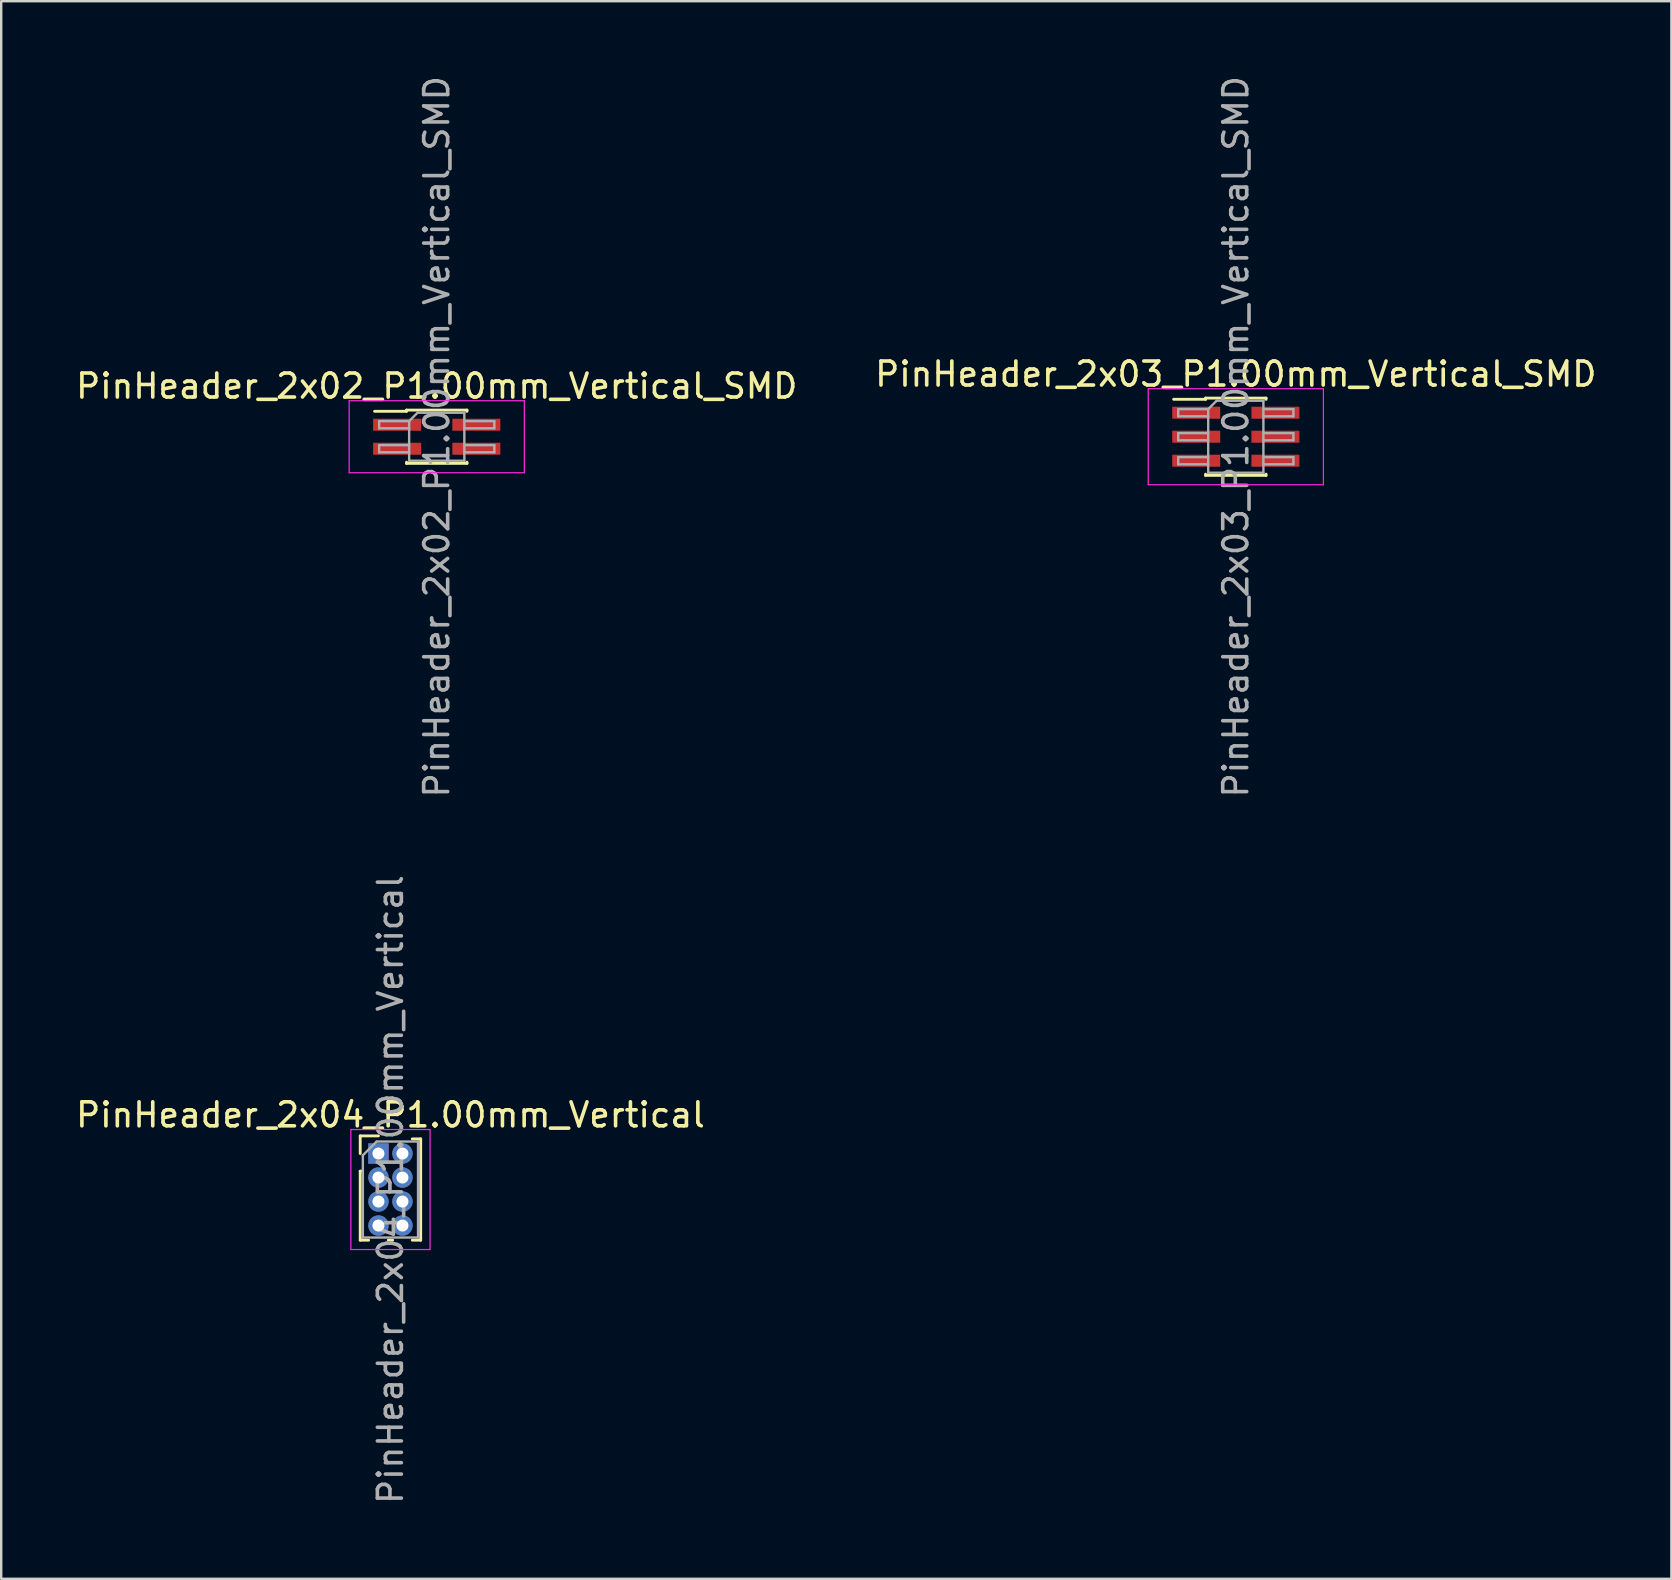
<source format=kicad_pcb>
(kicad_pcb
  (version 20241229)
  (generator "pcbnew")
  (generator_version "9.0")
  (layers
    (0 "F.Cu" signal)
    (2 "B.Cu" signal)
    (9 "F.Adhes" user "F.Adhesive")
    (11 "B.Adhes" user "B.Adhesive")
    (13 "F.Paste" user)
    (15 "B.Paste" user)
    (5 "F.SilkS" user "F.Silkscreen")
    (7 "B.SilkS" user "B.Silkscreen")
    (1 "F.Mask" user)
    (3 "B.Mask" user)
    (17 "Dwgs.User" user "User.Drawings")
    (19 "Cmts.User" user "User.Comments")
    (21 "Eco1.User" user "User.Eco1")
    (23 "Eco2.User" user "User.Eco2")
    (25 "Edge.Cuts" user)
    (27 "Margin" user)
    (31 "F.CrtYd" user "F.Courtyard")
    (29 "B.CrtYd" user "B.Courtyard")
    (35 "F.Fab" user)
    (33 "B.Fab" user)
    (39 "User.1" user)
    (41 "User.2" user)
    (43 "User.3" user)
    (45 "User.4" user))
  (footprint "PinHeader_2x04_P1.00mm_Vertical"
    (layer "F.Cu")
    (at 12.72 45.018)
    (property "Reference" "PinHeader_2x04_P1.00mm_Vertical" (at 0.5 -1.61 0) (layer "F.SilkS") (effects (font (size 1 1) (thickness 0.15))))
    (attr through_hole)
    (fp_line (start -0.76 -0.735) (end 0 -0.735) (stroke (width 0.12) (type solid)) (layer "F.SilkS"))
    (fp_line (start -0.76 0) (end -0.76 -0.735) (stroke (width 0.12) (type solid)) (layer "F.SilkS"))
    (fp_line (start -0.76 0.735) (end -0.76 3.61) (stroke (width 0.12) (type solid)) (layer "F.SilkS"))
    (fp_line (start -0.76 0.735) (end -0.686 0.735) (stroke (width 0.12) (type solid)) (layer "F.SilkS"))
    (fp_line (start -0.76 3.61) (end -0.41 3.61) (stroke (width 0.12) (type solid)) (layer "F.SilkS"))
    (fp_line (start 0.41 3.61) (end 0.59 3.61) (stroke (width 0.12) (type solid)) (layer "F.SilkS"))
    (fp_line (start 1.41 -0.61) (end 1.76 -0.61) (stroke (width 0.12) (type solid)) (layer "F.SilkS"))
    (fp_line (start 1.41 3.61) (end 1.76 3.61) (stroke (width 0.12) (type solid)) (layer "F.SilkS"))
    (fp_line (start 1.76 -0.61) (end 1.76 3.61) (stroke (width 0.12) (type solid)) (layer "F.SilkS"))
    (fp_line (start -1.15 -1) (end -1.15 4) (stroke (width 0.05) (type solid)) (layer "F.CrtYd"))
    (fp_line (start -1.15 4) (end 2.15 4) (stroke (width 0.05) (type solid)) (layer "F.CrtYd"))
    (fp_line (start 2.15 -1) (end -1.15 -1) (stroke (width 0.05) (type solid)) (layer "F.CrtYd"))
    (fp_line (start 2.15 4) (end 2.15 -1) (stroke (width 0.05) (type solid)) (layer "F.CrtYd"))
    (fp_line (start -0.65 0.075) (end -0.075 -0.5) (stroke (width 0.1) (type solid)) (layer "F.Fab"))
    (fp_line (start -0.65 3.5) (end -0.65 0.075) (stroke (width 0.1) (type solid)) (layer "F.Fab"))
    (fp_line (start -0.075 -0.5) (end 1.65 -0.5) (stroke (width 0.1) (type solid)) (layer "F.Fab"))
    (fp_line (start 1.65 -0.5) (end 1.65 3.5) (stroke (width 0.1) (type solid)) (layer "F.Fab"))
    (fp_line (start 1.65 3.5) (end -0.65 3.5) (stroke (width 0.1) (type solid)) (layer "F.Fab"))
    (fp_text user "${REFERENCE}" (at 0.5 1.5 90) (layer "F.Fab") (effects (font (size 1 1) (thickness 0.15))))
    (pad "1" thru_hole rect (at 0 0) (size 0.85 0.85) (drill 0.5) (layers "*.Cu" "*.Mask"))
    (pad "2" thru_hole circle (at 1 0) (size 0.85 0.85) (drill 0.5) (layers "*.Cu" "*.Mask"))
    (pad "3" thru_hole circle (at 0 1) (size 0.85 0.85) (drill 0.5) (layers "*.Cu" "*.Mask"))
    (pad "4" thru_hole circle (at 1 1) (size 0.85 0.85) (drill 0.5) (layers "*.Cu" "*.Mask"))
    (pad "5" thru_hole circle (at 0 2) (size 0.85 0.85) (drill 0.5) (layers "*.Cu" "*.Mask"))
    (pad "6" thru_hole circle (at 1 2) (size 0.85 0.85) (drill 0.5) (layers "*.Cu" "*.Mask"))
    (pad "7" thru_hole circle (at 0 3) (size 0.85 0.85) (drill 0.5) (layers "*.Cu" "*.Mask"))
    (pad "8" thru_hole circle (at 1 3) (size 0.85 0.85) (drill 0.5) (layers "*.Cu" "*.Mask")))
  (footprint "PinHeader_2x03_P1.00mm_Vertical_SMD"
    (layer "F.Cu")
    (at 48.446 15.149)
    (property "Reference" "PinHeader_2x03_P1.00mm_Vertical_SMD" (at 0 -2.61 0) (layer "F.SilkS") (effects (font (size 1 1) (thickness 0.15))))
    (attr smd)
    (fp_line (start -2.59 -1.56) (end -1.26 -1.56) (stroke (width 0.12) (type solid)) (layer "F.SilkS"))
    (fp_line (start -1.26 -1.61) (end -1.26 -1.56) (stroke (width 0.12) (type solid)) (layer "F.SilkS"))
    (fp_line (start -1.26 -1.61) (end 1.26 -1.61) (stroke (width 0.12) (type solid)) (layer "F.SilkS"))
    (fp_line (start -1.26 1.56) (end -1.26 1.61) (stroke (width 0.12) (type solid)) (layer "F.SilkS"))
    (fp_line (start -1.26 1.61) (end 1.26 1.61) (stroke (width 0.12) (type solid)) (layer "F.SilkS"))
    (fp_line (start 1.26 -1.61) (end 1.26 -1.56) (stroke (width 0.12) (type solid)) (layer "F.SilkS"))
    (fp_line (start 1.26 1.56) (end 1.26 1.61) (stroke (width 0.12) (type solid)) (layer "F.SilkS"))
    (fp_line (start -3.65 -2) (end -3.65 2) (stroke (width 0.05) (type solid)) (layer "F.CrtYd"))
    (fp_line (start -3.65 2) (end 3.65 2) (stroke (width 0.05) (type solid)) (layer "F.CrtYd"))
    (fp_line (start 3.65 -2) (end -3.65 -2) (stroke (width 0.05) (type solid)) (layer "F.CrtYd"))
    (fp_line (start 3.65 2) (end 3.65 -2) (stroke (width 0.05) (type solid)) (layer "F.CrtYd"))
    (fp_line (start -2.4 -1.15) (end -2.4 -0.85) (stroke (width 0.1) (type solid)) (layer "F.Fab"))
    (fp_line (start -2.4 -0.85) (end -1.15 -0.85) (stroke (width 0.1) (type solid)) (layer "F.Fab"))
    (fp_line (start -2.4 -0.15) (end -2.4 0.15) (stroke (width 0.1) (type solid)) (layer "F.Fab"))
    (fp_line (start -2.4 0.15) (end -1.15 0.15) (stroke (width 0.1) (type solid)) (layer "F.Fab"))
    (fp_line (start -2.4 0.85) (end -2.4 1.15) (stroke (width 0.1) (type solid)) (layer "F.Fab"))
    (fp_line (start -2.4 1.15) (end -1.15 1.15) (stroke (width 0.1) (type solid)) (layer "F.Fab"))
    (fp_line (start -1.15 -1.15) (end -2.4 -1.15) (stroke (width 0.1) (type solid)) (layer "F.Fab"))
    (fp_line (start -1.15 -1.15) (end -0.8 -1.5) (stroke (width 0.1) (type solid)) (layer "F.Fab"))
    (fp_line (start -1.15 -0.15) (end -2.4 -0.15) (stroke (width 0.1) (type solid)) (layer "F.Fab"))
    (fp_line (start -1.15 0.85) (end -2.4 0.85) (stroke (width 0.1) (type solid)) (layer "F.Fab"))
    (fp_line (start -1.15 1.5) (end -1.15 -1.15) (stroke (width 0.1) (type solid)) (layer "F.Fab"))
    (fp_line (start -0.8 -1.5) (end 1.15 -1.5) (stroke (width 0.1) (type solid)) (layer "F.Fab"))
    (fp_line (start 1.15 -1.5) (end 1.15 1.5) (stroke (width 0.1) (type solid)) (layer "F.Fab"))
    (fp_line (start 1.15 -1.15) (end 2.4 -1.15) (stroke (width 0.1) (type solid)) (layer "F.Fab"))
    (fp_line (start 1.15 -0.15) (end 2.4 -0.15) (stroke (width 0.1) (type solid)) (layer "F.Fab"))
    (fp_line (start 1.15 0.85) (end 2.4 0.85) (stroke (width 0.1) (type solid)) (layer "F.Fab"))
    (fp_line (start 1.15 1.5) (end -1.15 1.5) (stroke (width 0.1) (type solid)) (layer "F.Fab"))
    (fp_line (start 2.4 -1.15) (end 2.4 -0.85) (stroke (width 0.1) (type solid)) (layer "F.Fab"))
    (fp_line (start 2.4 -0.85) (end 1.15 -0.85) (stroke (width 0.1) (type solid)) (layer "F.Fab"))
    (fp_line (start 2.4 -0.15) (end 2.4 0.15) (stroke (width 0.1) (type solid)) (layer "F.Fab"))
    (fp_line (start 2.4 0.15) (end 1.15 0.15) (stroke (width 0.1) (type solid)) (layer "F.Fab"))
    (fp_line (start 2.4 0.85) (end 2.4 1.15) (stroke (width 0.1) (type solid)) (layer "F.Fab"))
    (fp_line (start 2.4 1.15) (end 1.15 1.15) (stroke (width 0.1) (type solid)) (layer "F.Fab"))
    (fp_text user "${REFERENCE}" (at 0 0 90) (layer "F.Fab") (effects (font (size 1 1) (thickness 0.15))))
    (pad "1" smd rect (at -1.65 -1) (size 2 0.5) (layers "F.Cu" "F.Mask" "F.Paste"))
    (pad "2" smd rect (at 1.65 -1) (size 2 0.5) (layers "F.Cu" "F.Mask" "F.Paste"))
    (pad "3" smd rect (at -1.65 0) (size 2 0.5) (layers "F.Cu" "F.Mask" "F.Paste"))
    (pad "4" smd rect (at 1.65 0) (size 2 0.5) (layers "F.Cu" "F.Mask" "F.Paste"))
    (pad "5" smd rect (at -1.65 1) (size 2 0.5) (layers "F.Cu" "F.Mask" "F.Paste"))
    (pad "6" smd rect (at 1.65 1) (size 2 0.5) (layers "F.Cu" "F.Mask" "F.Paste")))
  (footprint "PinHeader_2x02_P1.00mm_Vertical_SMD"
    (layer "F.Cu")
    (at 15.149 15.149)
    (property "Reference" "PinHeader_2x02_P1.00mm_Vertical_SMD" (at 0 -2.11 0) (layer "F.SilkS") (effects (font (size 1 1) (thickness 0.15))))
    (attr smd)
    (fp_line (start -2.59 -1.06) (end -1.26 -1.06) (stroke (width 0.12) (type solid)) (layer "F.SilkS"))
    (fp_line (start -1.26 -1.11) (end -1.26 -1.06) (stroke (width 0.12) (type solid)) (layer "F.SilkS"))
    (fp_line (start -1.26 -1.11) (end 1.26 -1.11) (stroke (width 0.12) (type solid)) (layer "F.SilkS"))
    (fp_line (start -1.26 1.06) (end -1.26 1.11) (stroke (width 0.12) (type solid)) (layer "F.SilkS"))
    (fp_line (start -1.26 1.11) (end 1.26 1.11) (stroke (width 0.12) (type solid)) (layer "F.SilkS"))
    (fp_line (start 1.26 -1.11) (end 1.26 -1.06) (stroke (width 0.12) (type solid)) (layer "F.SilkS"))
    (fp_line (start 1.26 1.06) (end 1.26 1.11) (stroke (width 0.12) (type solid)) (layer "F.SilkS"))
    (fp_line (start -3.65 -1.5) (end -3.65 1.5) (stroke (width 0.05) (type solid)) (layer "F.CrtYd"))
    (fp_line (start -3.65 1.5) (end 3.65 1.5) (stroke (width 0.05) (type solid)) (layer "F.CrtYd"))
    (fp_line (start 3.65 -1.5) (end -3.65 -1.5) (stroke (width 0.05) (type solid)) (layer "F.CrtYd"))
    (fp_line (start 3.65 1.5) (end 3.65 -1.5) (stroke (width 0.05) (type solid)) (layer "F.CrtYd"))
    (fp_line (start -2.4 -0.65) (end -2.4 -0.35) (stroke (width 0.1) (type solid)) (layer "F.Fab"))
    (fp_line (start -2.4 -0.35) (end -1.15 -0.35) (stroke (width 0.1) (type solid)) (layer "F.Fab"))
    (fp_line (start -2.4 0.35) (end -2.4 0.65) (stroke (width 0.1) (type solid)) (layer "F.Fab"))
    (fp_line (start -2.4 0.65) (end -1.15 0.65) (stroke (width 0.1) (type solid)) (layer "F.Fab"))
    (fp_line (start -1.15 -0.65) (end -2.4 -0.65) (stroke (width 0.1) (type solid)) (layer "F.Fab"))
    (fp_line (start -1.15 -0.65) (end -0.8 -1) (stroke (width 0.1) (type solid)) (layer "F.Fab"))
    (fp_line (start -1.15 0.35) (end -2.4 0.35) (stroke (width 0.1) (type solid)) (layer "F.Fab"))
    (fp_line (start -1.15 1) (end -1.15 -0.65) (stroke (width 0.1) (type solid)) (layer "F.Fab"))
    (fp_line (start -0.8 -1) (end 1.15 -1) (stroke (width 0.1) (type solid)) (layer "F.Fab"))
    (fp_line (start 1.15 -1) (end 1.15 1) (stroke (width 0.1) (type solid)) (layer "F.Fab"))
    (fp_line (start 1.15 -0.65) (end 2.4 -0.65) (stroke (width 0.1) (type solid)) (layer "F.Fab"))
    (fp_line (start 1.15 0.35) (end 2.4 0.35) (stroke (width 0.1) (type solid)) (layer "F.Fab"))
    (fp_line (start 1.15 1) (end -1.15 1) (stroke (width 0.1) (type solid)) (layer "F.Fab"))
    (fp_line (start 2.4 -0.65) (end 2.4 -0.35) (stroke (width 0.1) (type solid)) (layer "F.Fab"))
    (fp_line (start 2.4 -0.35) (end 1.15 -0.35) (stroke (width 0.1) (type solid)) (layer "F.Fab"))
    (fp_line (start 2.4 0.35) (end 2.4 0.65) (stroke (width 0.1) (type solid)) (layer "F.Fab"))
    (fp_line (start 2.4 0.65) (end 1.15 0.65) (stroke (width 0.1) (type solid)) (layer "F.Fab"))
    (fp_text user "${REFERENCE}" (at 0 0 90) (layer "F.Fab") (effects (font (size 1 1) (thickness 0.15))))
    (pad "1" smd rect (at -1.65 -0.5) (size 2 0.5) (layers "F.Cu" "F.Mask" "F.Paste"))
    (pad "2" smd rect (at 1.65 -0.5) (size 2 0.5) (layers "F.Cu" "F.Mask" "F.Paste"))
    (pad "3" smd rect (at -1.65 0.5) (size 2 0.5) (layers "F.Cu" "F.Mask" "F.Paste"))
    (pad "4" smd rect (at 1.65 0.5) (size 2 0.5) (layers "F.Cu" "F.Mask" "F.Paste")))
  (gr_rect
    (start -3 -3)
    (end 66.595 62.738)
    (stroke (width 0.1) (type default))
    (fill no)
    (layer "Edge.Cuts")))
</source>
